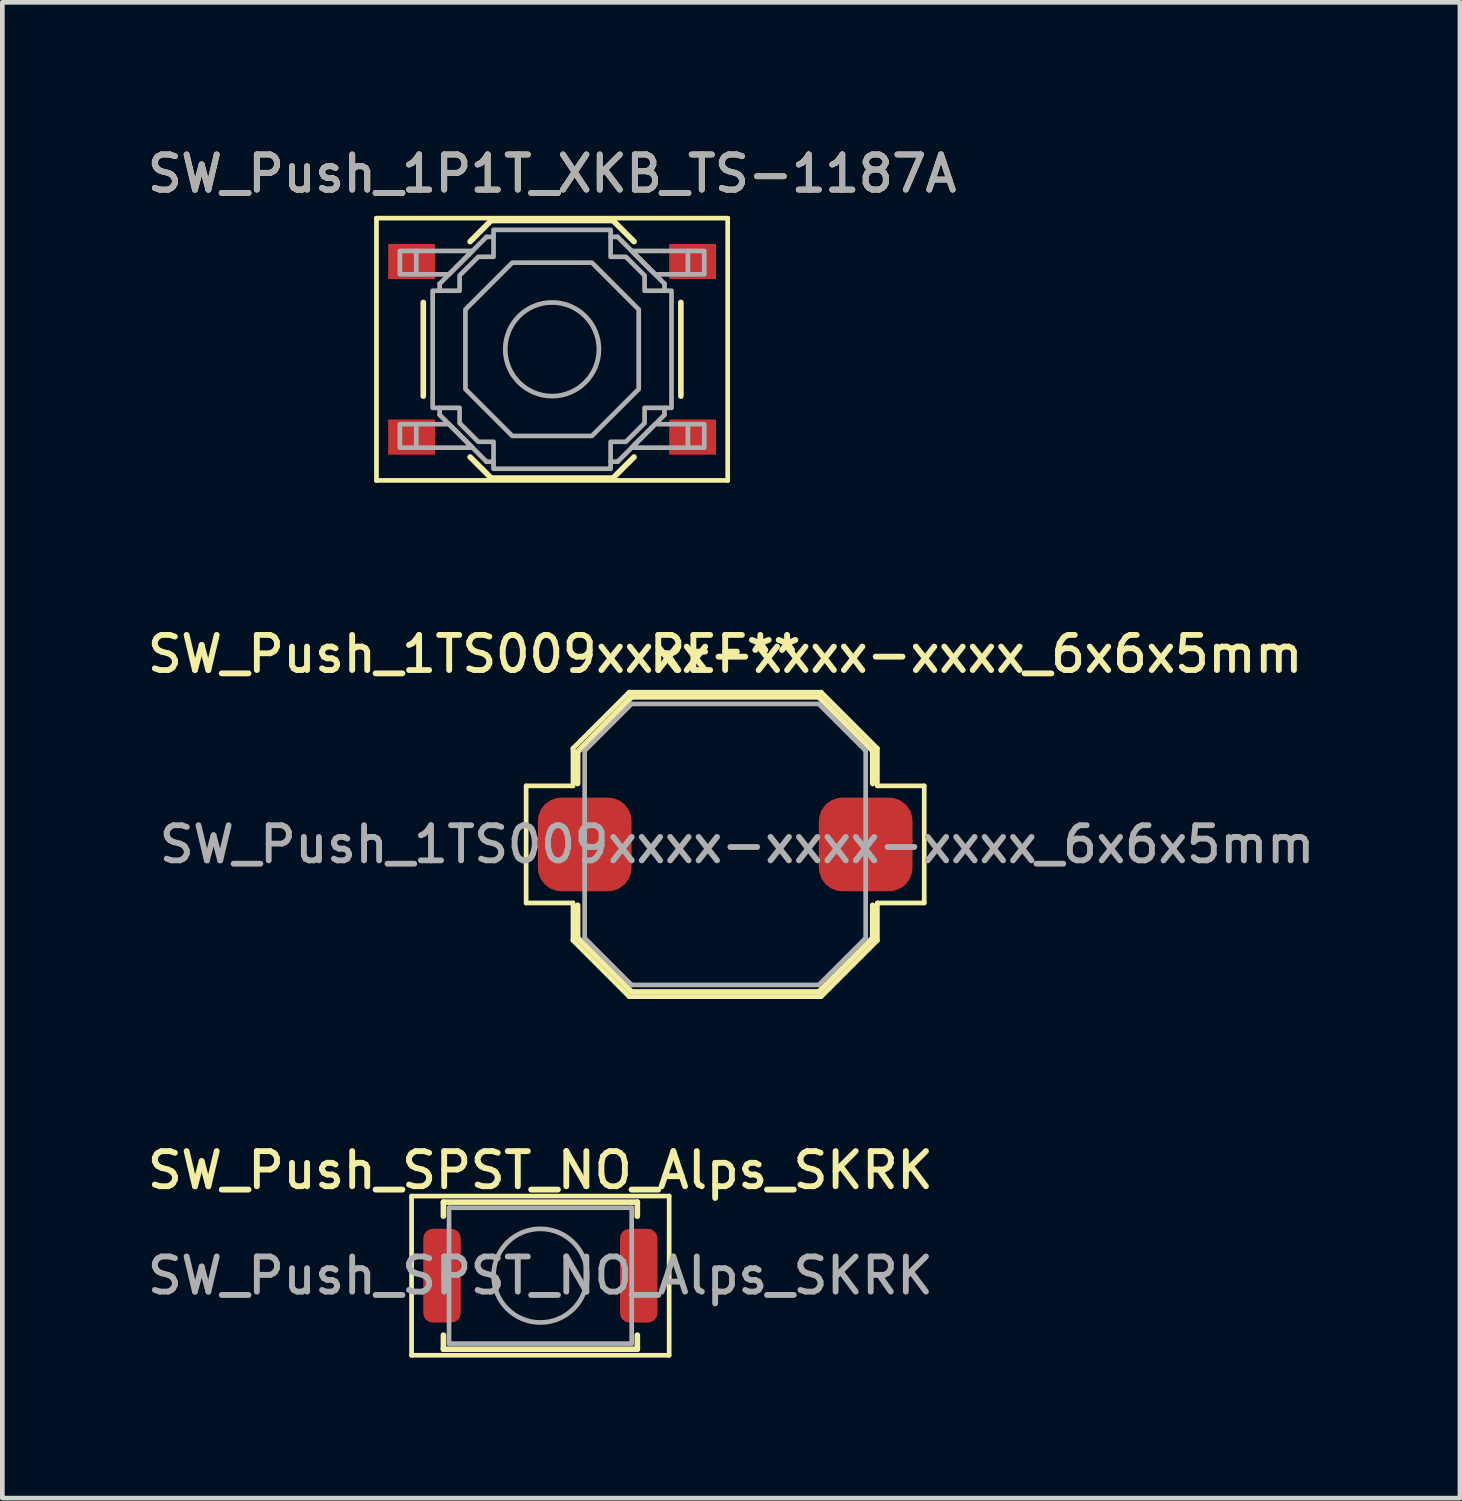
<source format=kicad_pcb>
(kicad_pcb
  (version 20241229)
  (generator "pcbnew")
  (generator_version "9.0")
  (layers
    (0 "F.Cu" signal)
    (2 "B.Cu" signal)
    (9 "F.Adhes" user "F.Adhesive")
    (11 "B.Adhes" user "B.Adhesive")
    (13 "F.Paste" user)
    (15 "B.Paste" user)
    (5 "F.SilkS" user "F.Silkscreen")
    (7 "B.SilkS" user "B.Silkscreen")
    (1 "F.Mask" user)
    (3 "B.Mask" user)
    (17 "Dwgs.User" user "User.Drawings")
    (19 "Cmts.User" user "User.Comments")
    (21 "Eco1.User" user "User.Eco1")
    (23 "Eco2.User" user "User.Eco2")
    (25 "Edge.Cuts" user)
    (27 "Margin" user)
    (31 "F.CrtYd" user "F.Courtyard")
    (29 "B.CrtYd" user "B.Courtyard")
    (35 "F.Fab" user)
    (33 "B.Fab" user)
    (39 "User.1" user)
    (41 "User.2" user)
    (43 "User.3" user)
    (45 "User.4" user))
  (footprint "SW_Push_SPST_NO_Alps_SKRK"
    (layer "F.Cu")
    (at 8.488 24.188)
    (property "Reference" "SW_Push_SPST_NO_Alps_SKRK" (at 0 -2.25 0) (layer "F.SilkS") (effects (font (size 0.75 0.75) (thickness 0.125))))
    (attr smd)
    (fp_line (start -2.75 -1.7) (end 2.75 -1.7) (stroke (width 0.1) (type solid)) (layer "F.SilkS"))
    (fp_line (start -2.75 1.7) (end -2.75 -1.7) (stroke (width 0.1) (type solid)) (layer "F.SilkS"))
    (fp_line (start -2.07 -1.57) (end 2.07 -1.57) (stroke (width 0.12) (type solid)) (layer "F.SilkS"))
    (fp_line (start -2.07 -1.27) (end -2.07 -1.57) (stroke (width 0.12) (type solid)) (layer "F.SilkS"))
    (fp_line (start -2.07 1.57) (end -2.07 1.27) (stroke (width 0.12) (type solid)) (layer "F.SilkS"))
    (fp_line (start 2.07 -1.57) (end 2.07 -1.27) (stroke (width 0.12) (type solid)) (layer "F.SilkS"))
    (fp_line (start 2.07 1.27) (end 2.07 1.57) (stroke (width 0.12) (type solid)) (layer "F.SilkS"))
    (fp_line (start 2.07 1.57) (end -2.07 1.57) (stroke (width 0.12) (type solid)) (layer "F.SilkS"))
    (fp_line (start 2.75 -1.7) (end 2.75 1.7) (stroke (width 0.1) (type solid)) (layer "F.SilkS"))
    (fp_line (start 2.75 1.7) (end -2.75 1.7) (stroke (width 0.1) (type solid)) (layer "F.SilkS"))
    (fp_line (start -1.95 -1.45) (end 1.95 -1.45) (stroke (width 0.1) (type solid)) (layer "F.Fab"))
    (fp_line (start -1.95 1.45) (end -1.95 -1.45) (stroke (width 0.1) (type solid)) (layer "F.Fab"))
    (fp_line (start 1.95 -1.45) (end 1.95 1.45) (stroke (width 0.1) (type solid)) (layer "F.Fab"))
    (fp_line (start 1.95 1.45) (end -1.95 1.45) (stroke (width 0.1) (type solid)) (layer "F.Fab"))
    (fp_circle (center 0 0) (end 1 0) (stroke (width 0.1) (type solid)) (fill no) (layer "F.Fab"))
    (fp_text user "${REFERENCE}" (at 0 0 0) (layer "F.Fab") (effects (font (size 0.75 0.75) (thickness 0.125))))
    (pad "1" smd roundrect (at -2.1 0) (size 0.8 2) (layers "F.Cu" "F.Mask" "F.Paste") (roundrect_rratio 0.25))
    (pad "2" smd roundrect (at 2.1 0) (size 0.8 2) (layers "F.Cu" "F.Mask" "F.Paste") (roundrect_rratio 0.25)))
  (footprint "SW_Push_1TS009xxxx-xxxx-xxxx_6x6x5mm"
    (layer "F.Cu")
    (at 12.434 14.98)
    (property "Reference" "SW_Push_1TS009xxxx-xxxx-xxxx_6x6x5mm" (at 0 -4.064 0) (layer "F.SilkS") (effects (font (size 0.75 0.75) (thickness 0.125))))
    (attr smd)
    (fp_line (start -4.25 -1.25) (end -4.25 1.25) (stroke (width 0.1) (type default)) (layer "F.SilkS"))
    (fp_line (start -4.25 1.25) (end -3.25 1.25) (stroke (width 0.1) (type default)) (layer "F.SilkS"))
    (fp_line (start -3.25 -2.05) (end -3.25 -1.25) (stroke (width 0.1) (type default)) (layer "F.SilkS"))
    (fp_line (start -3.25 -1.25) (end -4.25 -1.25) (stroke (width 0.1) (type default)) (layer "F.SilkS"))
    (fp_line (start -3.25 1.25) (end -3.25 2.05) (stroke (width 0.1) (type default)) (layer "F.SilkS"))
    (fp_line (start -3.25 2.05) (end -2.05 3.25) (stroke (width 0.1) (type default)) (layer "F.SilkS"))
    (fp_line (start -3.15 -1.981) (end -2 -3.15) (stroke (width 0.12) (type default)) (layer "F.SilkS"))
    (fp_line (start -3.15 -1.3) (end -3.15 -1.981) (stroke (width 0.12) (type default)) (layer "F.SilkS"))
    (fp_line (start -3.15 1.3) (end -3.15 2) (stroke (width 0.12) (type default)) (layer "F.SilkS"))
    (fp_line (start -3.15 2) (end -2 3.15) (stroke (width 0.12) (type default)) (layer "F.SilkS"))
    (fp_line (start -2.05 -3.25) (end -3.25 -2.05) (stroke (width 0.1) (type default)) (layer "F.SilkS"))
    (fp_line (start -2.05 3.25) (end 2.05 3.25) (stroke (width 0.1) (type default)) (layer "F.SilkS"))
    (fp_line (start -2 -3.15) (end 2 -3.15) (stroke (width 0.12) (type default)) (layer "F.SilkS"))
    (fp_line (start -2 3.15) (end 2 3.15) (stroke (width 0.12) (type default)) (layer "F.SilkS"))
    (fp_line (start 2 -3.15) (end 3.15 -2) (stroke (width 0.12) (type default)) (layer "F.SilkS"))
    (fp_line (start 2 3.15) (end 3.15 2) (stroke (width 0.12) (type default)) (layer "F.SilkS"))
    (fp_line (start 2.05 -3.25) (end -2.05 -3.25) (stroke (width 0.1) (type default)) (layer "F.SilkS"))
    (fp_line (start 2.05 3.25) (end 3.25 2.05) (stroke (width 0.1) (type default)) (layer "F.SilkS"))
    (fp_line (start 3.15 -2) (end 3.15 -1.3) (stroke (width 0.12) (type default)) (layer "F.SilkS"))
    (fp_line (start 3.15 2) (end 3.15 1.3) (stroke (width 0.12) (type default)) (layer "F.SilkS"))
    (fp_line (start 3.25 -2.05) (end 2.05 -3.25) (stroke (width 0.1) (type default)) (layer "F.SilkS"))
    (fp_line (start 3.25 -1.25) (end 3.25 -2.05) (stroke (width 0.1) (type default)) (layer "F.SilkS"))
    (fp_line (start 3.25 1.25) (end 4.25 1.25) (stroke (width 0.1) (type default)) (layer "F.SilkS"))
    (fp_line (start 3.25 2.05) (end 3.25 1.25) (stroke (width 0.1) (type default)) (layer "F.SilkS"))
    (fp_line (start 4.25 -1.25) (end 3.25 -1.25) (stroke (width 0.1) (type default)) (layer "F.SilkS"))
    (fp_line (start 4.25 1.25) (end 4.25 -1.25) (stroke (width 0.1) (type default)) (layer "F.SilkS"))
    (fp_line (start -3 -2) (end -2 -3) (stroke (width 0.1) (type default)) (layer "F.Fab"))
    (fp_line (start -3 2) (end -3 -2) (stroke (width 0.1) (type default)) (layer "F.Fab"))
    (fp_line (start -2 -3) (end 2 -3) (stroke (width 0.1) (type default)) (layer "F.Fab"))
    (fp_line (start -2 3) (end -3 2) (stroke (width 0.1) (type default)) (layer "F.Fab"))
    (fp_line (start 2 -3) (end 3 -2) (stroke (width 0.1) (type default)) (layer "F.Fab"))
    (fp_line (start 2 3) (end -2 3) (stroke (width 0.1) (type default)) (layer "F.Fab"))
    (fp_line (start 3 -2) (end 3 2) (stroke (width 0.1) (type default)) (layer "F.Fab"))
    (fp_line (start 3 2) (end 2 3) (stroke (width 0.1) (type default)) (layer "F.Fab"))
    (fp_text user "REF**" (at 0 -4.064 0) (layer "F.SilkS") (effects (font (size 0.75 0.75) (thickness 0.125))))
    (fp_text user "${REFERENCE}" (at 0.254 0 0) (layer "F.Fab") (effects (font (size 0.75 0.75) (thickness 0.125))))
    (pad "1" smd roundrect (at -3 0) (size 2 2) (layers "F.Cu" "F.Mask" "F.Paste") (roundrect_rratio 0.25))
    (pad "2" smd roundrect (at 3 0) (size 2 2) (layers "F.Cu" "F.Mask" "F.Paste") (roundrect_rratio 0.25)))
  (footprint "SW_Push_1P1T_XKB_TS-1187A"
    (layer "F.Cu")
    (at 8.738 4.408)
    (property "Reference" "SW_Push_1P1T_XKB_TS-1187A" (at 0 -3.75 0) (layer "F.SilkS") (effects (font (size 0.75 0.75) (thickness 0.125))))
    (attr smd)
    (fp_line (start -3.75 -2.8) (end 3.75 -2.8) (stroke (width 0.1) (type solid)) (layer "F.SilkS"))
    (fp_line (start -3.75 2.8) (end -3.75 -2.8) (stroke (width 0.1) (type solid)) (layer "F.SilkS"))
    (fp_line (start -2.75 -1) (end -2.75 1) (stroke (width 0.12) (type solid)) (layer "F.SilkS"))
    (fp_line (start -1.75 -2.3) (end -1.3 -2.75) (stroke (width 0.12) (type solid)) (layer "F.SilkS"))
    (fp_line (start -1.75 2.3) (end -1.3 2.75) (stroke (width 0.12) (type solid)) (layer "F.SilkS"))
    (fp_line (start -1.3 -2.75) (end 1.3 -2.75) (stroke (width 0.12) (type solid)) (layer "F.SilkS"))
    (fp_line (start -1.3 2.75) (end 1.3 2.75) (stroke (width 0.12) (type solid)) (layer "F.SilkS"))
    (fp_line (start 1.75 -2.3) (end 1.3 -2.75) (stroke (width 0.12) (type solid)) (layer "F.SilkS"))
    (fp_line (start 1.75 2.3) (end 1.3 2.75) (stroke (width 0.12) (type solid)) (layer "F.SilkS"))
    (fp_line (start 2.75 -1) (end 2.75 1) (stroke (width 0.12) (type solid)) (layer "F.SilkS"))
    (fp_line (start 3.75 -2.8) (end 3.75 2.8) (stroke (width 0.1) (type solid)) (layer "F.SilkS"))
    (fp_line (start 3.75 2.8) (end -3.75 2.8) (stroke (width 0.1) (type solid)) (layer "F.SilkS"))
    (fp_line (start -2.9 -2.1) (end -2.9 -1.6) (stroke (width 0.1) (type solid)) (layer "F.Fab"))
    (fp_line (start -2.9 2.1) (end -2.9 1.6) (stroke (width 0.1) (type solid)) (layer "F.Fab"))
    (fp_line (start -2.4 -1.4) (end -1.4 -2.4) (stroke (width 0.1) (type solid)) (layer "F.Fab"))
    (fp_line (start -2.4 -1.25) (end -2.4 -1.4) (stroke (width 0.1) (type solid)) (layer "F.Fab"))
    (fp_line (start -2.4 1.4) (end -2.4 1.25) (stroke (width 0.1) (type solid)) (layer "F.Fab"))
    (fp_line (start -1.4 -2.4) (end -1.25 -2.4) (stroke (width 0.1) (type solid)) (layer "F.Fab"))
    (fp_line (start -1.4 2.4) (end -2.4 1.4) (stroke (width 0.1) (type solid)) (layer "F.Fab"))
    (fp_line (start -1.25 2.4) (end -1.4 2.4) (stroke (width 0.1) (type solid)) (layer "F.Fab"))
    (fp_line (start 1.25 -2.4) (end 1.4 -2.4) (stroke (width 0.1) (type solid)) (layer "F.Fab"))
    (fp_line (start 1.4 -2.4) (end 2.4 -1.4) (stroke (width 0.1) (type solid)) (layer "F.Fab"))
    (fp_line (start 1.4 2.4) (end 1.25 2.4) (stroke (width 0.1) (type solid)) (layer "F.Fab"))
    (fp_line (start 2.4 -1.4) (end 2.4 -1.25) (stroke (width 0.1) (type solid)) (layer "F.Fab"))
    (fp_line (start 2.4 1.25) (end 2.4 1.4) (stroke (width 0.1) (type solid)) (layer "F.Fab"))
    (fp_line (start 2.4 1.4) (end 1.4 2.4) (stroke (width 0.1) (type solid)) (layer "F.Fab"))
    (fp_line (start 2.9 -2.1) (end 2.9 -1.6) (stroke (width 0.1) (type solid)) (layer "F.Fab"))
    (fp_line (start 2.9 2.1) (end 2.9 1.6) (stroke (width 0.1) (type solid)) (layer "F.Fab"))
    (fp_circle (center 0 0) (end 1 0) (stroke (width 0.1) (type solid)) (fill no) (layer "F.Fab"))
    (fp_poly (pts (xy -1.7 -2.1) (xy -2.2 -1.6) (xy -3.25 -1.6) (xy -3.25 -2.1)) (stroke (width 0.1) (type solid)) (fill no) (layer "F.Fab"))
    (fp_poly (pts (xy -1.7 2.1) (xy -2.2 1.6) (xy -3.25 1.6) (xy -3.25 2.1)) (stroke (width 0.1) (type solid)) (fill no) (layer "F.Fab"))
    (fp_poly (pts (xy 1.7 -2.1) (xy 2.2 -1.6) (xy 3.25 -1.6) (xy 3.25 -2.1)) (stroke (width 0.1) (type solid)) (fill no) (layer "F.Fab"))
    (fp_poly (pts (xy 1.7 2.1) (xy 2.2 1.6) (xy 3.25 1.6) (xy 3.25 2.1)) (stroke (width 0.1) (type solid)) (fill no) (layer "F.Fab"))
    (fp_poly (pts (xy 0.85 -1.85) (xy 1.85 -0.85) (xy 1.85 0.85) (xy 0.85 1.85) (xy -0.85 1.85) (xy -1.85 0.85) (xy -1.85 -0.85) (xy -0.85 -1.85)) (stroke (width 0.1) (type solid)) (fill no) (layer "F.Fab"))
    (fp_poly (pts (xy -1.25 -2.55) (xy 1.25 -2.55) (xy 1.25 -1.975) (xy 1.575 -1.975) (xy 1.975 -1.575) (xy 1.975 -1.25) (xy 2.55 -1.25) (xy 2.55 1.25) (xy 1.975 1.25) (xy 1.975 1.575) (xy 1.575 1.975) (xy 1.25 1.975) (xy 1.25 2.55) (xy -1.25 2.55) (xy -1.25 1.975) (xy -1.575 1.975) (xy -1.975 1.575) (xy -1.975 1.25) (xy -2.55 1.25) (xy -2.55 -1.25) (xy -1.975 -1.25) (xy -1.975 -1.575) (xy -1.575 -1.975) (xy -1.25 -1.975)) (stroke (width 0.1) (type solid)) (fill no) (layer "F.Fab"))
    (fp_text user "${REFERENCE}" (at 0 -3.75 0) (layer "F.Fab") (effects (font (size 0.75 0.75) (thickness 0.125))))
    (pad "1" smd rect (at -3 -1.875) (size 1 0.75) (layers "F.Cu" "F.Mask" "F.Paste"))
    (pad "1" smd rect (at 3 -1.875) (size 1 0.75) (layers "F.Cu" "F.Mask" "F.Paste"))
    (pad "2" smd rect (at -3 1.875) (size 1 0.75) (layers "F.Cu" "F.Mask" "F.Paste"))
    (pad "2" smd rect (at 3 1.875) (size 1 0.75) (layers "F.Cu" "F.Mask" "F.Paste")))
  (gr_rect
    (start -3 -3)
    (end 28.122 28.938)
    (stroke (width 0.1) (type default))
    (fill no)
    (layer "Edge.Cuts")))
</source>
